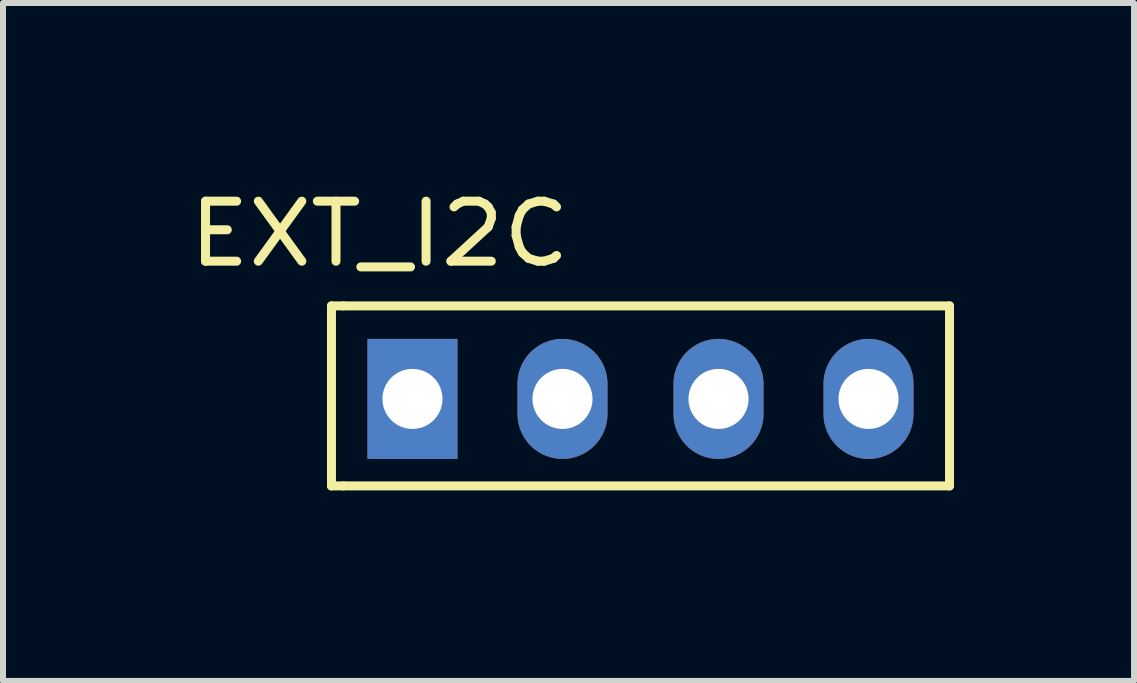
<source format=kicad_pcb>
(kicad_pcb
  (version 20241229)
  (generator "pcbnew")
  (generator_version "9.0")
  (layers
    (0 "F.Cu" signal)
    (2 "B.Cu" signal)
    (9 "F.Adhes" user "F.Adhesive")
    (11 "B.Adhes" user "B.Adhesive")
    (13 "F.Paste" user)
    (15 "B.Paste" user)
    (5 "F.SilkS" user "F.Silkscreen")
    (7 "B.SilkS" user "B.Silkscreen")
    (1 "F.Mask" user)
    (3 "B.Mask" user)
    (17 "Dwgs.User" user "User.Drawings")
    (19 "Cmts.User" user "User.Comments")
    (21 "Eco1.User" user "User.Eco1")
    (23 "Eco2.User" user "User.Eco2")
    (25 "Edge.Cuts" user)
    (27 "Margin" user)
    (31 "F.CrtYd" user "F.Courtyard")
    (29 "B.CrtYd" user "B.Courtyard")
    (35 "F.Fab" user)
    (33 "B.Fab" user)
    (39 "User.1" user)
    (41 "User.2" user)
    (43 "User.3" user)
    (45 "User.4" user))
  (footprint "EXT_I2C"
    (layer "F.Cu")
    (at 2.674 5.048)
    (property "Reference" "EXT_I2C" (at 0.6 -4.2 0) (layer "F.SilkS") (effects (font (size 1 1.087) (thickness 0.15))))
    (attr through_hole)
    (fp_line (start -0.2 -3) (end -0.2 0) (stroke (width 0.15) (type solid)) (layer "F.SilkS"))
    (fp_line (start -0.2 0) (end 0 0) (stroke (width 0.15) (type solid)) (layer "F.SilkS"))
    (fp_line (start 0 -3) (end -0.2 -3) (stroke (width 0.15) (type solid)) (layer "F.SilkS"))
    (fp_line (start 0 0) (end 10.1 0) (stroke (width 0.15) (type solid)) (layer "F.SilkS"))
    (fp_line (start 10.1 -3) (end 0 -3) (stroke (width 0.15) (type solid)) (layer "F.SilkS"))
    (fp_line (start 10.1 0) (end 10.1 -3) (stroke (width 0.15) (type solid)) (layer "F.SilkS"))
    (pad "1" thru_hole rect (at 1.15 -1.45) (size 1.5 2) (drill 1.001) (layers "*.Cu" "*.Mask"))
    (pad "2" thru_hole oval (at 3.65 -1.45) (size 1.5 2) (drill 1.001) (layers "*.Cu" "*.Mask"))
    (pad "3" thru_hole oval (at 6.25 -1.45) (size 1.5 2) (drill 1.001) (layers "*.Cu" "*.Mask"))
    (pad "4" thru_hole oval (at 8.75 -1.45) (size 1.5 2) (drill 1.001) (layers "*.Cu" "*.Mask")))
  (gr_rect
    (start -3 -3)
    (end 15.849 8.298)
    (stroke (width 0.1) (type default))
    (fill no)
    (layer "Edge.Cuts")))
</source>
